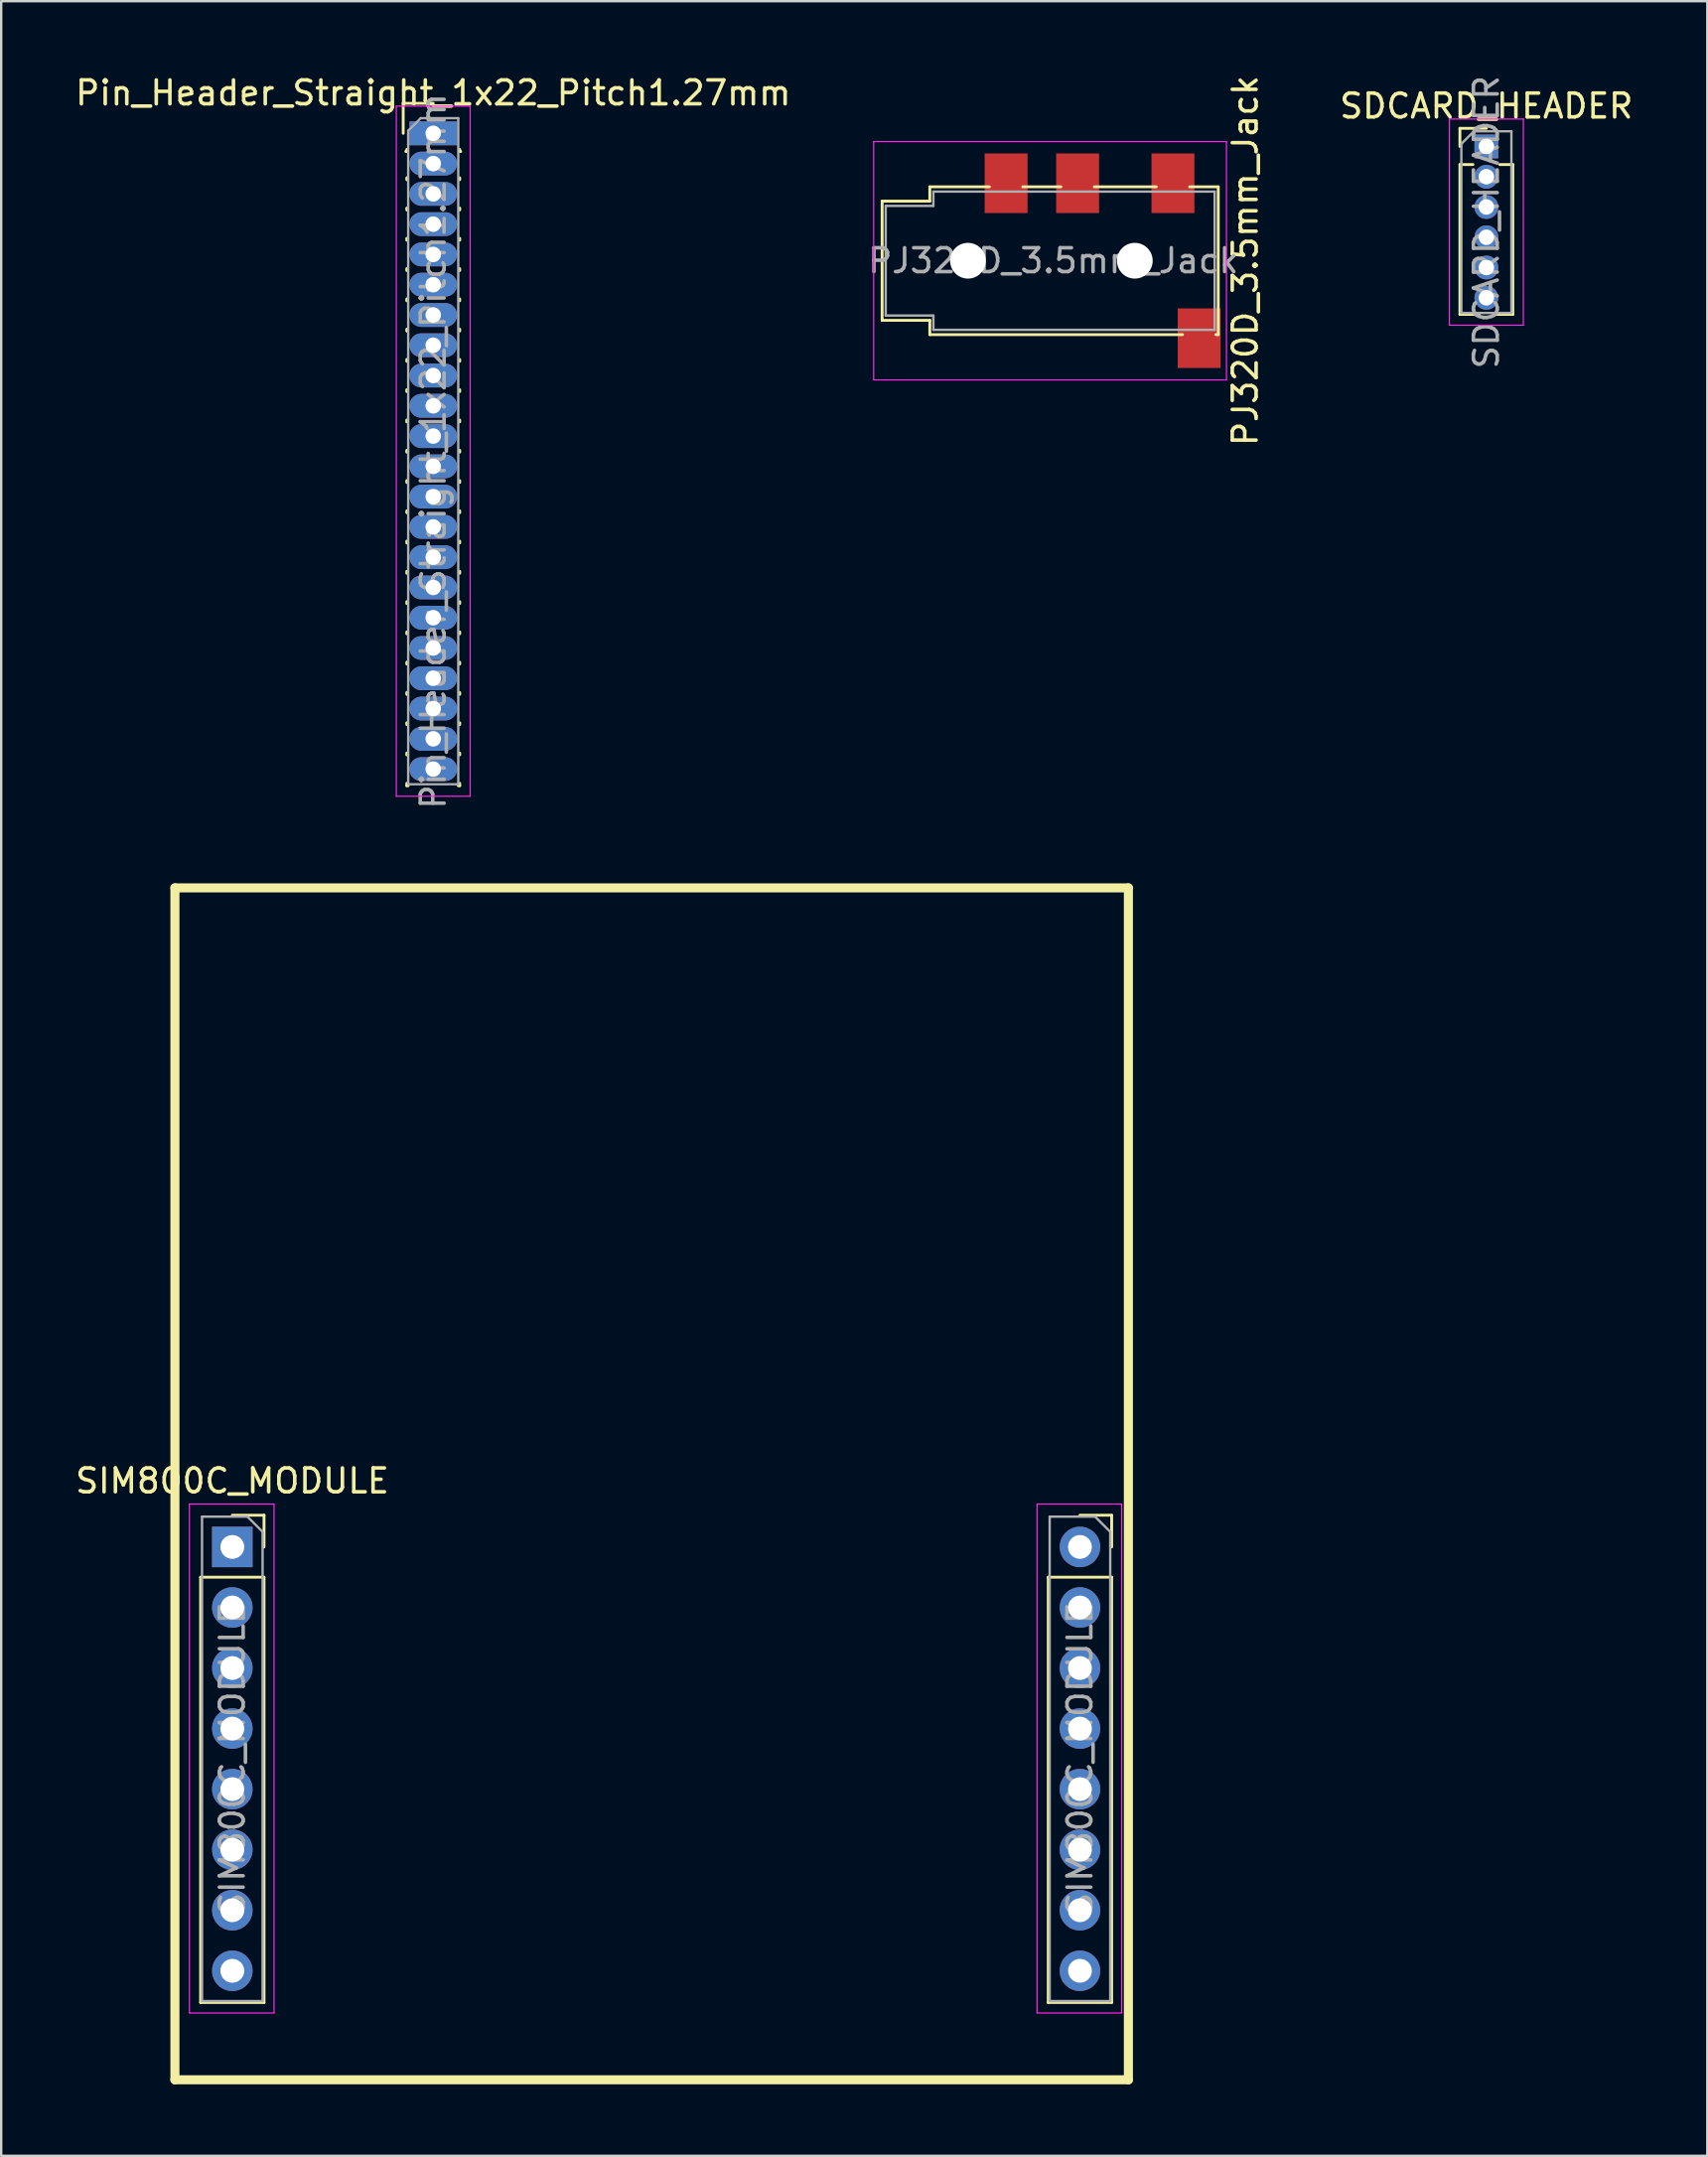
<source format=kicad_pcb>
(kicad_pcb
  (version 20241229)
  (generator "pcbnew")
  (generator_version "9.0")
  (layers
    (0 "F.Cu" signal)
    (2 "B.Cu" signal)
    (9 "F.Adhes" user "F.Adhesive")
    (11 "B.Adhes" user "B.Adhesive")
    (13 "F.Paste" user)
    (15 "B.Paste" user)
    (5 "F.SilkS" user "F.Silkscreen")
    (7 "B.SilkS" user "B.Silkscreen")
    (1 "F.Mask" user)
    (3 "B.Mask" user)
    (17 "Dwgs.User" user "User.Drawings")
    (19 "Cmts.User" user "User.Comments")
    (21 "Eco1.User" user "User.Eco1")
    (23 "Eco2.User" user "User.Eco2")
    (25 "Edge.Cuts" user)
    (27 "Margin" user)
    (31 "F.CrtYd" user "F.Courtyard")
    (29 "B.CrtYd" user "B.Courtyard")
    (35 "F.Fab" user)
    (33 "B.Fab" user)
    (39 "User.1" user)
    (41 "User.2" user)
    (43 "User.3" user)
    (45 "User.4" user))
  (footprint "Pin_Header_Straight_1x22_Pitch1.27mm"
    (layer "F.Cu")
    (at 15.125 2.543)
    (property "Reference" "Pin_Header_Straight_1x22_Pitch1.27mm" (at 0 -1.695 0) (layer "F.SilkS") (effects (font (size 1 1) (thickness 0.15))))
    (attr through_hole)
    (fp_line (start -1.26 -1.26) (end 0 -1.26) (stroke (width 0.12) (type solid)) (layer "F.SilkS"))
    (fp_line (start -1.26 0) (end -1.26 -1.26) (stroke (width 0.12) (type solid)) (layer "F.SilkS"))
    (fp_line (start -1.11 0.76) (end -1.152 0.76) (stroke (width 0.12) (type solid)) (layer "F.SilkS"))
    (fp_line (start -1.11 0.76) (end -1.11 0.674) (stroke (width 0.12) (type solid)) (layer "F.SilkS"))
    (fp_line (start -1.11 1.866) (end -1.11 1.944) (stroke (width 0.12) (type solid)) (layer "F.SilkS"))
    (fp_line (start -1.11 3.136) (end -1.11 3.214) (stroke (width 0.12) (type solid)) (layer "F.SilkS"))
    (fp_line (start -1.11 4.406) (end -1.11 4.484) (stroke (width 0.12) (type solid)) (layer "F.SilkS"))
    (fp_line (start -1.11 5.676) (end -1.11 5.754) (stroke (width 0.12) (type solid)) (layer "F.SilkS"))
    (fp_line (start -1.11 6.946) (end -1.11 7.024) (stroke (width 0.12) (type solid)) (layer "F.SilkS"))
    (fp_line (start -1.11 8.216) (end -1.11 8.294) (stroke (width 0.12) (type solid)) (layer "F.SilkS"))
    (fp_line (start -1.11 9.486) (end -1.11 9.564) (stroke (width 0.12) (type solid)) (layer "F.SilkS"))
    (fp_line (start -1.11 10.756) (end -1.11 10.834) (stroke (width 0.12) (type solid)) (layer "F.SilkS"))
    (fp_line (start -1.11 12.026) (end -1.11 12.104) (stroke (width 0.12) (type solid)) (layer "F.SilkS"))
    (fp_line (start -1.11 13.296) (end -1.11 13.374) (stroke (width 0.12) (type solid)) (layer "F.SilkS"))
    (fp_line (start -1.11 14.566) (end -1.11 14.644) (stroke (width 0.12) (type solid)) (layer "F.SilkS"))
    (fp_line (start -1.11 15.836) (end -1.11 15.914) (stroke (width 0.12) (type solid)) (layer "F.SilkS"))
    (fp_line (start -1.11 17.106) (end -1.11 17.184) (stroke (width 0.12) (type solid)) (layer "F.SilkS"))
    (fp_line (start -1.11 18.376) (end -1.11 18.454) (stroke (width 0.12) (type solid)) (layer "F.SilkS"))
    (fp_line (start -1.11 19.646) (end -1.11 19.724) (stroke (width 0.12) (type solid)) (layer "F.SilkS"))
    (fp_line (start -1.11 20.916) (end -1.11 20.994) (stroke (width 0.12) (type solid)) (layer "F.SilkS"))
    (fp_line (start -1.11 22.186) (end -1.11 22.264) (stroke (width 0.12) (type solid)) (layer "F.SilkS"))
    (fp_line (start -1.11 23.456) (end -1.11 23.534) (stroke (width 0.12) (type solid)) (layer "F.SilkS"))
    (fp_line (start -1.11 24.726) (end -1.11 24.804) (stroke (width 0.12) (type solid)) (layer "F.SilkS"))
    (fp_line (start -1.11 25.996) (end -1.11 26.074) (stroke (width 0.12) (type solid)) (layer "F.SilkS"))
    (fp_line (start -1.11 27.266) (end -1.11 27.365) (stroke (width 0.12) (type solid)) (layer "F.SilkS"))
    (fp_line (start -1.11 27.365) (end -1.051 27.365) (stroke (width 0.12) (type solid)) (layer "F.SilkS"))
    (fp_line (start 1.051 27.365) (end 1.11 27.365) (stroke (width 0.12) (type solid)) (layer "F.SilkS"))
    (fp_line (start 1.11 0.76) (end 1.11 0.674) (stroke (width 0.12) (type solid)) (layer "F.SilkS"))
    (fp_line (start 1.11 1.866) (end 1.11 1.944) (stroke (width 0.12) (type solid)) (layer "F.SilkS"))
    (fp_line (start 1.11 3.136) (end 1.11 3.214) (stroke (width 0.12) (type solid)) (layer "F.SilkS"))
    (fp_line (start 1.11 4.406) (end 1.11 4.484) (stroke (width 0.12) (type solid)) (layer "F.SilkS"))
    (fp_line (start 1.11 5.676) (end 1.11 5.754) (stroke (width 0.12) (type solid)) (layer "F.SilkS"))
    (fp_line (start 1.11 6.946) (end 1.11 7.024) (stroke (width 0.12) (type solid)) (layer "F.SilkS"))
    (fp_line (start 1.11 8.216) (end 1.11 8.294) (stroke (width 0.12) (type solid)) (layer "F.SilkS"))
    (fp_line (start 1.11 9.486) (end 1.11 9.564) (stroke (width 0.12) (type solid)) (layer "F.SilkS"))
    (fp_line (start 1.11 10.756) (end 1.11 10.834) (stroke (width 0.12) (type solid)) (layer "F.SilkS"))
    (fp_line (start 1.11 12.026) (end 1.11 12.104) (stroke (width 0.12) (type solid)) (layer "F.SilkS"))
    (fp_line (start 1.11 13.296) (end 1.11 13.374) (stroke (width 0.12) (type solid)) (layer "F.SilkS"))
    (fp_line (start 1.11 14.566) (end 1.11 14.644) (stroke (width 0.12) (type solid)) (layer "F.SilkS"))
    (fp_line (start 1.11 15.836) (end 1.11 15.914) (stroke (width 0.12) (type solid)) (layer "F.SilkS"))
    (fp_line (start 1.11 17.106) (end 1.11 17.184) (stroke (width 0.12) (type solid)) (layer "F.SilkS"))
    (fp_line (start 1.11 18.376) (end 1.11 18.454) (stroke (width 0.12) (type solid)) (layer "F.SilkS"))
    (fp_line (start 1.11 19.646) (end 1.11 19.724) (stroke (width 0.12) (type solid)) (layer "F.SilkS"))
    (fp_line (start 1.11 20.916) (end 1.11 20.994) (stroke (width 0.12) (type solid)) (layer "F.SilkS"))
    (fp_line (start 1.11 22.186) (end 1.11 22.264) (stroke (width 0.12) (type solid)) (layer "F.SilkS"))
    (fp_line (start 1.11 23.456) (end 1.11 23.534) (stroke (width 0.12) (type solid)) (layer "F.SilkS"))
    (fp_line (start 1.11 24.726) (end 1.11 24.804) (stroke (width 0.12) (type solid)) (layer "F.SilkS"))
    (fp_line (start 1.11 25.996) (end 1.11 26.074) (stroke (width 0.12) (type solid)) (layer "F.SilkS"))
    (fp_line (start 1.11 27.266) (end 1.11 27.365) (stroke (width 0.12) (type solid)) (layer "F.SilkS"))
    (fp_line (start 1.152 0.76) (end 1.11 0.76) (stroke (width 0.12) (type solid)) (layer "F.SilkS"))
    (fp_line (start -1.55 -1.14) (end -1.55 27.81) (stroke (width 0.05) (type solid)) (layer "F.CrtYd"))
    (fp_line (start -1.55 27.81) (end 1.55 27.81) (stroke (width 0.05) (type solid)) (layer "F.CrtYd"))
    (fp_line (start 1.55 -1.14) (end -1.55 -1.14) (stroke (width 0.05) (type solid)) (layer "F.CrtYd"))
    (fp_line (start 1.55 27.81) (end 1.55 -1.14) (stroke (width 0.05) (type solid)) (layer "F.CrtYd"))
    (fp_line (start -1.05 -0.11) (end -0.525 -0.635) (stroke (width 0.1) (type solid)) (layer "F.Fab"))
    (fp_line (start -1.05 27.305) (end -1.05 -0.11) (stroke (width 0.1) (type solid)) (layer "F.Fab"))
    (fp_line (start -0.525 -0.635) (end 1.05 -0.635) (stroke (width 0.1) (type solid)) (layer "F.Fab"))
    (fp_line (start 1.05 -0.635) (end 1.05 27.305) (stroke (width 0.1) (type solid)) (layer "F.Fab"))
    (fp_line (start 1.05 27.305) (end -1.05 27.305) (stroke (width 0.1) (type solid)) (layer "F.Fab"))
    (fp_text user "${REFERENCE}" (at 0 13.335 90) (layer "F.Fab") (effects (font (size 1 1) (thickness 0.15))))
    (pad "1" thru_hole rect (at 0 0) (size 2 1) (drill 0.65) (layers "*.Cu" "*.Mask"))
    (pad "2" thru_hole oval (at 0 1.27) (size 2 1) (drill 0.65) (layers "*.Cu" "*.Mask"))
    (pad "3" thru_hole oval (at 0 2.54) (size 2 1) (drill 0.65) (layers "*.Cu" "*.Mask"))
    (pad "4" thru_hole oval (at 0 3.81) (size 2 1) (drill 0.65) (layers "*.Cu" "*.Mask"))
    (pad "5" thru_hole oval (at 0 5.08) (size 2 1) (drill 0.65) (layers "*.Cu" "*.Mask"))
    (pad "6" thru_hole oval (at 0 6.35) (size 2 1) (drill 0.65) (layers "*.Cu" "*.Mask"))
    (pad "7" thru_hole oval (at 0 7.62) (size 2 1) (drill 0.65) (layers "*.Cu" "*.Mask"))
    (pad "8" thru_hole oval (at 0 8.89) (size 2 1) (drill 0.65) (layers "*.Cu" "*.Mask"))
    (pad "9" thru_hole oval (at 0 10.16) (size 2 1) (drill 0.65) (layers "*.Cu" "*.Mask"))
    (pad "10" thru_hole oval (at 0 11.43) (size 2 1) (drill 0.65) (layers "*.Cu" "*.Mask"))
    (pad "11" thru_hole oval (at 0 12.7) (size 2 1) (drill 0.65) (layers "*.Cu" "*.Mask"))
    (pad "12" thru_hole oval (at 0 13.97) (size 2 1) (drill 0.65) (layers "*.Cu" "*.Mask"))
    (pad "13" thru_hole oval (at 0 15.24) (size 2 1) (drill 0.65) (layers "*.Cu" "*.Mask"))
    (pad "14" thru_hole oval (at 0 16.51) (size 2 1) (drill 0.65) (layers "*.Cu" "*.Mask"))
    (pad "15" thru_hole oval (at 0 17.78) (size 2 1) (drill 0.65) (layers "*.Cu" "*.Mask"))
    (pad "16" thru_hole oval (at 0 19.05) (size 2 1) (drill 0.65) (layers "*.Cu" "*.Mask"))
    (pad "17" thru_hole oval (at 0 20.32) (size 2 1) (drill 0.65) (layers "*.Cu" "*.Mask"))
    (pad "18" thru_hole oval (at 0 21.59) (size 2 1) (drill 0.65) (layers "*.Cu" "*.Mask"))
    (pad "19" thru_hole oval (at 0 22.86) (size 2 1) (drill 0.65) (layers "*.Cu" "*.Mask"))
    (pad "20" thru_hole oval (at 0 24.13) (size 2 1) (drill 0.65) (layers "*.Cu" "*.Mask"))
    (pad "21" thru_hole oval (at 0 25.4) (size 2 1) (drill 0.65) (layers "*.Cu" "*.Mask"))
    (pad "22" thru_hole oval (at 0 26.67) (size 2 1) (drill 0.65) (layers "*.Cu" "*.Mask")))
  (footprint "SIM800C_MODULE"
    (layer "F.Cu")
    (at 6.696 61.842)
    (property "Reference" "SIM800C_MODULE" (at 0 -2.77 0) (layer "F.SilkS") (effects (font (size 1 1) (thickness 0.15))))
    (attr through_hole)
    (fp_line (start -2.408 22.352) (end -2.408 -27.648) (stroke (width 0.381) (type solid)) (layer "F.SilkS"))
    (fp_line (start -2.408 22.352) (end 37.592 22.352) (stroke (width 0.381) (type solid)) (layer "F.SilkS"))
    (fp_line (start -1.33 1.27) (end -1.33 19.11) (stroke (width 0.12) (type solid)) (layer "F.SilkS"))
    (fp_line (start -1.33 1.27) (end 1.33 1.27) (stroke (width 0.12) (type solid)) (layer "F.SilkS"))
    (fp_line (start -1.33 19.11) (end 1.33 19.11) (stroke (width 0.12) (type solid)) (layer "F.SilkS"))
    (fp_line (start 0 -1.33) (end 1.33 -1.33) (stroke (width 0.12) (type solid)) (layer "F.SilkS"))
    (fp_line (start 1.33 -1.33) (end 1.33 0) (stroke (width 0.12) (type solid)) (layer "F.SilkS"))
    (fp_line (start 1.33 1.27) (end 1.33 19.11) (stroke (width 0.12) (type solid)) (layer "F.SilkS"))
    (fp_line (start 34.23 1.27) (end 34.23 19.11) (stroke (width 0.12) (type solid)) (layer "F.SilkS"))
    (fp_line (start 34.23 1.27) (end 36.89 1.27) (stroke (width 0.12) (type solid)) (layer "F.SilkS"))
    (fp_line (start 34.23 19.11) (end 36.89 19.11) (stroke (width 0.12) (type solid)) (layer "F.SilkS"))
    (fp_line (start 35.56 -1.33) (end 36.89 -1.33) (stroke (width 0.12) (type solid)) (layer "F.SilkS"))
    (fp_line (start 36.89 -1.33) (end 36.89 0) (stroke (width 0.12) (type solid)) (layer "F.SilkS"))
    (fp_line (start 36.89 1.27) (end 36.89 19.11) (stroke (width 0.12) (type solid)) (layer "F.SilkS"))
    (fp_line (start 37.592 -27.648) (end -2.408 -27.648) (stroke (width 0.381) (type solid)) (layer "F.SilkS"))
    (fp_line (start 37.592 22.352) (end 37.592 -27.648) (stroke (width 0.381) (type solid)) (layer "F.SilkS"))
    (fp_line (start -1.8 -1.8) (end 1.75 -1.8) (stroke (width 0.05) (type solid)) (layer "F.CrtYd"))
    (fp_line (start -1.8 19.55) (end -1.8 -1.8) (stroke (width 0.05) (type solid)) (layer "F.CrtYd"))
    (fp_line (start 1.75 -1.8) (end 1.75 19.55) (stroke (width 0.05) (type solid)) (layer "F.CrtYd"))
    (fp_line (start 1.75 19.55) (end -1.8 19.55) (stroke (width 0.05) (type solid)) (layer "F.CrtYd"))
    (fp_line (start 33.76 -1.8) (end 37.31 -1.8) (stroke (width 0.05) (type solid)) (layer "F.CrtYd"))
    (fp_line (start 33.76 19.55) (end 33.76 -1.8) (stroke (width 0.05) (type solid)) (layer "F.CrtYd"))
    (fp_line (start 37.31 -1.8) (end 37.31 19.55) (stroke (width 0.05) (type solid)) (layer "F.CrtYd"))
    (fp_line (start 37.31 19.55) (end 33.76 19.55) (stroke (width 0.05) (type solid)) (layer "F.CrtYd"))
    (fp_line (start -1.27 -1.27) (end 0.635 -1.27) (stroke (width 0.1) (type solid)) (layer "F.Fab"))
    (fp_line (start -1.27 19.05) (end -1.27 -1.27) (stroke (width 0.1) (type solid)) (layer "F.Fab"))
    (fp_line (start 0.635 -1.27) (end 1.27 -0.635) (stroke (width 0.1) (type solid)) (layer "F.Fab"))
    (fp_line (start 1.27 -0.635) (end 1.27 19.05) (stroke (width 0.1) (type solid)) (layer "F.Fab"))
    (fp_line (start 1.27 19.05) (end -1.27 19.05) (stroke (width 0.1) (type solid)) (layer "F.Fab"))
    (fp_line (start 34.29 -1.27) (end 36.195 -1.27) (stroke (width 0.1) (type solid)) (layer "F.Fab"))
    (fp_line (start 34.29 19.05) (end 34.29 -1.27) (stroke (width 0.1) (type solid)) (layer "F.Fab"))
    (fp_line (start 36.195 -1.27) (end 36.83 -0.635) (stroke (width 0.1) (type solid)) (layer "F.Fab"))
    (fp_line (start 36.83 -0.635) (end 36.83 19.05) (stroke (width 0.1) (type solid)) (layer "F.Fab"))
    (fp_line (start 36.83 19.05) (end 34.29 19.05) (stroke (width 0.1) (type solid)) (layer "F.Fab"))
    (fp_text user "${REFERENCE}" (at 35.56 8.89 90) (layer "F.Fab") (effects (font (size 1 1) (thickness 0.15))))
    (fp_text user "${REFERENCE}" (at 0 8.89 90) (layer "F.Fab") (effects (font (size 1 1) (thickness 0.15))))
    (pad "1" thru_hole rect (at 0 0) (size 1.7 1.7) (drill 1) (layers "*.Cu" "*.Mask"))
    (pad "2" thru_hole oval (at 0 2.54) (size 1.7 1.7) (drill 1) (layers "*.Cu" "*.Mask"))
    (pad "3" thru_hole oval (at 0 5.08) (size 1.7 1.7) (drill 1) (layers "*.Cu" "*.Mask"))
    (pad "4" thru_hole oval (at 0 7.62) (size 1.7 1.7) (drill 1) (layers "*.Cu" "*.Mask"))
    (pad "5" thru_hole oval (at 0 10.16) (size 1.7 1.7) (drill 1) (layers "*.Cu" "*.Mask"))
    (pad "6" thru_hole oval (at 0 12.7) (size 1.7 1.7) (drill 1) (layers "*.Cu" "*.Mask"))
    (pad "7" thru_hole oval (at 0 15.24) (size 1.7 1.7) (drill 1) (layers "*.Cu" "*.Mask"))
    (pad "8" thru_hole oval (at 0 17.78) (size 1.7 1.7) (drill 1) (layers "*.Cu" "*.Mask"))
    (pad "9" thru_hole oval (at 35.56 17.78) (size 1.7 1.7) (drill 1) (layers "*.Cu" "*.Mask"))
    (pad "10" thru_hole oval (at 35.56 15.24) (size 1.7 1.7) (drill 1) (layers "*.Cu" "*.Mask"))
    (pad "11" thru_hole oval (at 35.56 12.7) (size 1.7 1.7) (drill 1) (layers "*.Cu" "*.Mask"))
    (pad "12" thru_hole oval (at 35.56 10.16) (size 1.7 1.7) (drill 1) (layers "*.Cu" "*.Mask"))
    (pad "13" thru_hole oval (at 35.56 7.62) (size 1.7 1.7) (drill 1) (layers "*.Cu" "*.Mask"))
    (pad "14" thru_hole oval (at 35.56 5.08) (size 1.7 1.7) (drill 1) (layers "*.Cu" "*.Mask"))
    (pad "15" thru_hole oval (at 35.56 2.54) (size 1.7 1.7) (drill 1) (layers "*.Cu" "*.Mask"))
    (pad "16" thru_hole circle (at 35.56 0) (size 1.7 1.7) (drill 1) (layers "*.Cu" "*.Mask")))
  (footprint "PJ320D_3.5mm_Jack"
    (layer "F.Cu")
    (at 42.332 7.887)
    (property "Reference" "PJ320D_3.5mm_Jack" (at 6.858 0 270) (layer "F.SilkS") (effects (font (size 1 1) (thickness 0.15))))
    (attr smd)
    (fp_line (start -8.375 -2.5) (end -8.375 2.5) (stroke (width 0.12) (type solid)) (layer "F.SilkS"))
    (fp_line (start -6.375 -3.1) (end -6.375 -2.5) (stroke (width 0.12) (type solid)) (layer "F.SilkS"))
    (fp_line (start -6.375 -3.1) (end -3.875 -3.1) (stroke (width 0.12) (type solid)) (layer "F.SilkS"))
    (fp_line (start -6.375 -2.5) (end -8.375 -2.5) (stroke (width 0.12) (type solid)) (layer "F.SilkS"))
    (fp_line (start -6.375 2.5) (end -8.375 2.5) (stroke (width 0.12) (type solid)) (layer "F.SilkS"))
    (fp_line (start -6.375 2.5) (end -6.375 3.1) (stroke (width 0.12) (type solid)) (layer "F.SilkS"))
    (fp_line (start -2.475 -3.1) (end -0.875 -3.1) (stroke (width 0.12) (type solid)) (layer "F.SilkS"))
    (fp_line (start 0.525 -3.1) (end 3.125 -3.1) (stroke (width 0.12) (type solid)) (layer "F.SilkS"))
    (fp_line (start 4.225 3.1) (end -6.375 3.1) (stroke (width 0.12) (type solid)) (layer "F.SilkS"))
    (fp_line (start 4.525 -3.1) (end 5.725 -3.1) (stroke (width 0.12) (type solid)) (layer "F.SilkS"))
    (fp_line (start 5.625 3.1) (end 5.725 3.1) (stroke (width 0.12) (type solid)) (layer "F.SilkS"))
    (fp_line (start 5.725 3.1) (end 5.725 -3.1) (stroke (width 0.12) (type solid)) (layer "F.SilkS"))
    (fp_line (start -8.73 -5) (end 6.07 -5) (stroke (width 0.05) (type solid)) (layer "F.CrtYd"))
    (fp_line (start -8.73 5) (end -8.73 -5) (stroke (width 0.05) (type solid)) (layer "F.CrtYd"))
    (fp_line (start -8.73 5) (end 6.07 5) (stroke (width 0.05) (type solid)) (layer "F.CrtYd"))
    (fp_line (start 6.07 5) (end 6.07 -5) (stroke (width 0.05) (type solid)) (layer "F.CrtYd"))
    (fp_line (start -8.225 -2.3) (end -6.225 -2.3) (stroke (width 0.1) (type solid)) (layer "F.Fab"))
    (fp_line (start -8.225 2.3) (end -8.225 -2.3) (stroke (width 0.1) (type solid)) (layer "F.Fab"))
    (fp_line (start -6.225 -2.9) (end 5.575 -2.9) (stroke (width 0.1) (type solid)) (layer "F.Fab"))
    (fp_line (start -6.225 -2.3) (end -6.225 -2.9) (stroke (width 0.1) (type solid)) (layer "F.Fab"))
    (fp_line (start -6.225 2.3) (end -8.225 2.3) (stroke (width 0.1) (type solid)) (layer "F.Fab"))
    (fp_line (start -6.225 2.9) (end -6.225 2.3) (stroke (width 0.1) (type solid)) (layer "F.Fab"))
    (fp_line (start 5.575 -2.9) (end 5.575 2.9) (stroke (width 0.1) (type solid)) (layer "F.Fab"))
    (fp_line (start 5.575 2.9) (end -6.225 2.9) (stroke (width 0.1) (type solid)) (layer "F.Fab"))
    (fp_text user "${REFERENCE}" (at -1.195 0 0) (layer "F.Fab") (effects (font (size 1 1) (thickness 0.15))))
    (pad "" np_thru_hole circle (at -4.775 0) (size 1.5 1.5) (drill 1.5) (layers "*.Cu" "*.Mask"))
    (pad "" np_thru_hole circle (at 2.225 0) (size 1.5 1.5) (drill 1.5) (layers "*.Cu" "*.Mask"))
    (pad "2" smd rect (at -3.175 -3.25) (size 1.8 2.5) (layers "F.Cu" "F.Mask" "F.Paste"))
    (pad "3" smd rect (at -0.175 -3.25) (size 1.8 2.5) (layers "F.Cu" "F.Mask" "F.Paste"))
    (pad "4" smd rect (at 3.825 -3.25) (size 1.8 2.5) (layers "F.Cu" "F.Mask" "F.Paste"))
    (pad "5" smd rect (at 4.925 3.25) (size 1.8 2.5) (layers "F.Cu" "F.Mask" "F.Paste")))
  (footprint "SDCARD_HEADER"
    (layer "F.Cu")
    (at 59.306 3.093)
    (property "Reference" "SDCARD_HEADER" (at 0 -1.695 0) (layer "F.SilkS") (effects (font (size 1 1) (thickness 0.15))))
    (attr through_hole)
    (fp_line (start -1.11 -0.76) (end 0 -0.76) (stroke (width 0.12) (type solid)) (layer "F.SilkS"))
    (fp_line (start -1.11 0) (end -1.11 -0.76) (stroke (width 0.12) (type solid)) (layer "F.SilkS"))
    (fp_line (start -1.11 0.76) (end -1.11 7.045) (stroke (width 0.12) (type solid)) (layer "F.SilkS"))
    (fp_line (start -1.11 0.76) (end -0.563 0.76) (stroke (width 0.12) (type solid)) (layer "F.SilkS"))
    (fp_line (start -1.11 7.045) (end -0.308 7.045) (stroke (width 0.12) (type solid)) (layer "F.SilkS"))
    (fp_line (start 0.308 7.045) (end 1.11 7.045) (stroke (width 0.12) (type solid)) (layer "F.SilkS"))
    (fp_line (start 0.563 0.76) (end 1.11 0.76) (stroke (width 0.12) (type solid)) (layer "F.SilkS"))
    (fp_line (start 1.11 0.76) (end 1.11 7.045) (stroke (width 0.12) (type solid)) (layer "F.SilkS"))
    (fp_line (start -1.55 -1.15) (end -1.55 7.5) (stroke (width 0.05) (type solid)) (layer "F.CrtYd"))
    (fp_line (start -1.55 7.5) (end 1.55 7.5) (stroke (width 0.05) (type solid)) (layer "F.CrtYd"))
    (fp_line (start 1.55 -1.15) (end -1.55 -1.15) (stroke (width 0.05) (type solid)) (layer "F.CrtYd"))
    (fp_line (start 1.55 7.5) (end 1.55 -1.15) (stroke (width 0.05) (type solid)) (layer "F.CrtYd"))
    (fp_line (start -1.05 -0.11) (end -0.525 -0.635) (stroke (width 0.1) (type solid)) (layer "F.Fab"))
    (fp_line (start -1.05 6.985) (end -1.05 -0.11) (stroke (width 0.1) (type solid)) (layer "F.Fab"))
    (fp_line (start -0.525 -0.635) (end 1.05 -0.635) (stroke (width 0.1) (type solid)) (layer "F.Fab"))
    (fp_line (start 1.05 -0.635) (end 1.05 6.985) (stroke (width 0.1) (type solid)) (layer "F.Fab"))
    (fp_line (start 1.05 6.985) (end -1.05 6.985) (stroke (width 0.1) (type solid)) (layer "F.Fab"))
    (fp_text user "${REFERENCE}" (at 0 3.175 90) (layer "F.Fab") (effects (font (size 1 1) (thickness 0.15))))
    (pad "SDCLK" thru_hole oval (at 0 6.35) (size 1 1) (drill 0.65) (layers "*.Cu" "*.Mask"))
    (pad "SDCMD" thru_hole oval (at 0 5.08) (size 1 1) (drill 0.65) (layers "*.Cu" "*.Mask"))
    (pad "SDD0" thru_hole rect (at 0 0) (size 1 1) (drill 0.65) (layers "*.Cu" "*.Mask"))
    (pad "SDD1" thru_hole oval (at 0 1.27) (size 1 1) (drill 0.65) (layers "*.Cu" "*.Mask"))
    (pad "SDD2" thru_hole oval (at 0 2.54) (size 1 1) (drill 0.65) (layers "*.Cu" "*.Mask"))
    (pad "SDD3" thru_hole oval (at 0 3.81) (size 1 1) (drill 0.65) (layers "*.Cu" "*.Mask")))
  (gr_rect
    (start -3 -3)
    (end 68.574 87.384)
    (stroke (width 0.1) (type default))
    (fill no)
    (layer "Edge.Cuts")))
</source>
